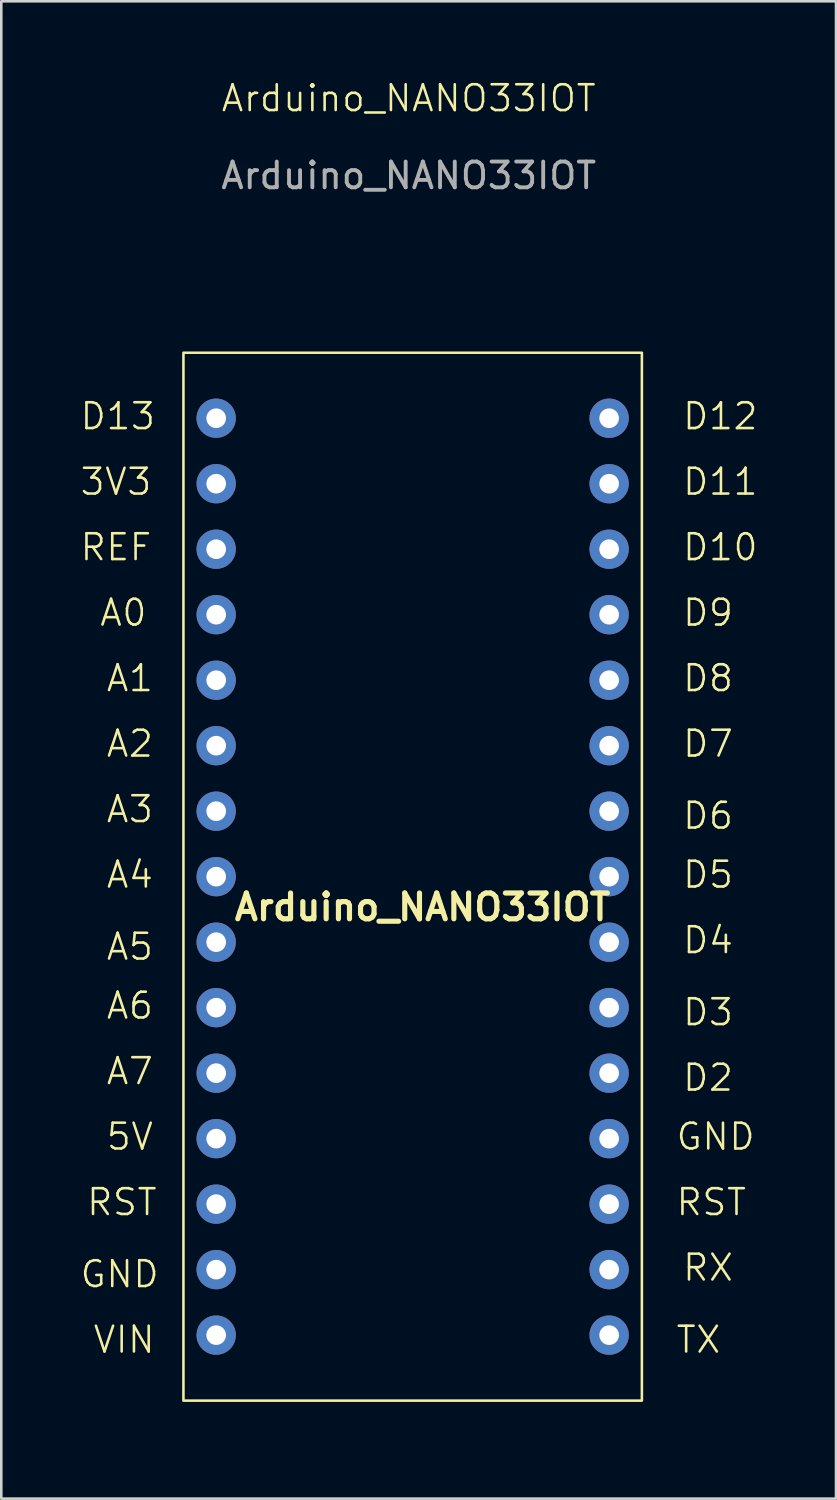
<source format=kicad_pcb>
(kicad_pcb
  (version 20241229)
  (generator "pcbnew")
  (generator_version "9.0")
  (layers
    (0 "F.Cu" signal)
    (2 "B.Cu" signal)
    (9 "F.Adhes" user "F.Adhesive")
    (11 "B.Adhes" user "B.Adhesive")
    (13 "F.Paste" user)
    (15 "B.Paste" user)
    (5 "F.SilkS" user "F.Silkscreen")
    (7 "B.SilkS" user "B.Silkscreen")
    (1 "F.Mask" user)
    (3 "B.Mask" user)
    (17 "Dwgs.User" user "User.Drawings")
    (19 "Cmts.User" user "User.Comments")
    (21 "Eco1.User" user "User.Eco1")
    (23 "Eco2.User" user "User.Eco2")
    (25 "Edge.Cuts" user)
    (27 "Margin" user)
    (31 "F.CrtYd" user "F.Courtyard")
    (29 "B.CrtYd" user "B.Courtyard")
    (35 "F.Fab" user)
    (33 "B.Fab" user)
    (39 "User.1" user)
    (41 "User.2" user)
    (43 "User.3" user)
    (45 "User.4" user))
  (footprint "Arduino_NANO33IOT"
    (layer "F.Cu")
    (at 12.802 28.398)
    (property "Reference" "Arduino_NANO33IOT" (at 0 -27.638 0) (unlocked yes) (layer "F.SilkS") (effects (font (size 1 1) (thickness 0.1))))
    (attr through_hole)
    (fp_rect (start -8.738 -17.768) (end 9.042 22.872) (stroke (width 0.1) (type default)) (fill no) (layer "F.SilkS"))
    (fp_rect (start -9.348 -18.378) (end 9.652 23.622) (stroke (width 0.1) (type default)) (fill no) (layer "Margin"))
    (fp_text user "D3" (at 10.566 8.394 0) (unlocked yes) (layer "F.SilkS") (effects (font (size 1 1) (thickness 0.1)) (justify left bottom)))
    (fp_text user "A3" (at -11.786 0.52 0) (unlocked yes) (layer "F.SilkS") (effects (font (size 1 1) (thickness 0.1)) (justify left bottom)))
    (fp_text user "A7" (at -11.786 10.68 0) (unlocked yes) (layer "F.SilkS") (effects (font (size 1 1) (thickness 0.1)) (justify left bottom)))
    (fp_text user "A2" (at -11.786 -2.02 0) (unlocked yes) (layer "F.SilkS") (effects (font (size 1 1) (thickness 0.1)) (justify left bottom)))
    (fp_text user "D9" (at 10.566 -7.1 0) (unlocked yes) (layer "F.SilkS") (effects (font (size 1 1) (thickness 0.1)) (justify left bottom)))
    (fp_text user "GND" (at 10.312 13.22 0) (unlocked yes) (layer "F.SilkS") (effects (font (size 1 1) (thickness 0.1)) (justify left bottom)))
    (fp_text user "VIN" (at -12.294 21.094 0) (unlocked yes) (layer "F.SilkS") (effects (font (size 1 1) (thickness 0.1)) (justify left bottom)))
    (fp_text user "D11" (at 10.566 -12.18 0) (unlocked yes) (layer "F.SilkS") (effects (font (size 1 1) (thickness 0.1)) (justify left bottom)))
    (fp_text user "RST" (at -12.548 15.76 0) (unlocked yes) (layer "F.SilkS") (effects (font (size 1 1) (thickness 0.1)) (justify left bottom)))
    (fp_text user "3V3" (at -12.802 -12.18 0) (unlocked yes) (layer "F.SilkS") (effects (font (size 1 1) (thickness 0.1)) (justify left bottom)))
    (fp_text user "D2" (at 10.566 10.934 0) (unlocked yes) (layer "F.SilkS") (effects (font (size 1 1) (thickness 0.1)) (justify left bottom)))
    (fp_text user "A5" (at -11.786 5.854 0) (unlocked yes) (layer "F.SilkS") (effects (font (size 1 1) (thickness 0.1)) (justify left bottom)))
    (fp_text user "A4" (at -11.786 3.06 0) (unlocked yes) (layer "F.SilkS") (effects (font (size 1 1) (thickness 0.1)) (justify left bottom)))
    (fp_text user "A0" (at -12.04 -7.1 0) (unlocked yes) (layer "F.SilkS") (effects (font (size 1 1) (thickness 0.1)) (justify left bottom)))
    (fp_text user "D12" (at 10.566 -14.72 0) (unlocked yes) (layer "F.SilkS") (effects (font (size 1 1) (thickness 0.1)) (justify left bottom)))
    (fp_text user "D4" (at 10.566 5.6 0) (unlocked yes) (layer "F.SilkS") (effects (font (size 1 1) (thickness 0.1)) (justify left bottom)))
    (fp_text user "D6" (at 10.566 0.774 0) (unlocked yes) (layer "F.SilkS") (effects (font (size 1 1) (thickness 0.1)) (justify left bottom)))
    (fp_text user "RX" (at 10.566 18.3 0) (unlocked yes) (layer "F.SilkS") (effects (font (size 1 1) (thickness 0.1)) (justify left bottom)))
    (fp_text user "D13" (at -12.802 -14.72 0) (unlocked yes) (layer "F.SilkS") (effects (font (size 1 1) (thickness 0.1)) (justify left bottom)))
    (fp_text user "GND" (at -12.802 18.554 0) (unlocked yes) (layer "F.SilkS") (effects (font (size 1 1) (thickness 0.1)) (justify left bottom)))
    (fp_text user "RST" (at 10.312 15.76 0) (unlocked yes) (layer "F.SilkS") (effects (font (size 1 1) (thickness 0.1)) (justify left bottom)))
    (fp_text user "REF" (at -12.802 -9.64 0) (unlocked yes) (layer "F.SilkS") (effects (font (size 1 1) (thickness 0.1)) (justify left bottom)))
    (fp_text user "A6" (at -11.786 8.14 0) (unlocked yes) (layer "F.SilkS") (effects (font (size 1 1) (thickness 0.1)) (justify left bottom)))
    (fp_text user "Arduino_NANO33IOT" (at -6.858 4.318 0) (unlocked yes) (layer "F.SilkS") (effects (font (size 1 1) (thickness 0.2) (bold yes)) (justify left bottom)))
    (fp_text user "5V" (at -11.786 13.22 0) (unlocked yes) (layer "F.SilkS") (effects (font (size 1 1) (thickness 0.1)) (justify left bottom)))
    (fp_text user "A1" (at -11.786 -4.56 0) (unlocked yes) (layer "F.SilkS") (effects (font (size 1 1) (thickness 0.1)) (justify left bottom)))
    (fp_text user "D8" (at 10.566 -4.56 0) (unlocked yes) (layer "F.SilkS") (effects (font (size 1 1) (thickness 0.1)) (justify left bottom)))
    (fp_text user "TX" (at 10.312 21.094 0) (unlocked yes) (layer "F.SilkS") (effects (font (size 1 1) (thickness 0.1)) (justify left bottom)))
    (fp_text user "D7" (at 10.566 -2.02 0) (unlocked yes) (layer "F.SilkS") (effects (font (size 1 1) (thickness 0.1)) (justify left bottom)))
    (fp_text user "D5" (at 10.566 3.06 0) (unlocked yes) (layer "F.SilkS") (effects (font (size 1 1) (thickness 0.1)) (justify left bottom)))
    (fp_text user "D10" (at 10.566 -9.64 0) (unlocked yes) (layer "F.SilkS") (effects (font (size 1 1) (thickness 0.1)) (justify left bottom)))
    (fp_text user "${REFERENCE}" (at 0 -24.638 0) (unlocked yes) (layer "F.Fab") (effects (font (size 1 1) (thickness 0.15))))
    (pad "1" thru_hole circle (at -7.468 -15.228) (size 1.524 1.524) (drill 0.762) (layers "*.Cu" "*.Mask"))
    (pad "2" thru_hole circle (at -7.468 -12.688) (size 1.524 1.524) (drill 0.762) (layers "*.Cu" "*.Mask"))
    (pad "3" thru_hole circle (at -7.468 -10.148) (size 1.524 1.524) (drill 0.762) (layers "*.Cu" "*.Mask"))
    (pad "4" thru_hole circle (at -7.468 -7.608) (size 1.524 1.524) (drill 0.762) (layers "*.Cu" "*.Mask"))
    (pad "5" thru_hole circle (at -7.468 -5.068) (size 1.524 1.524) (drill 0.762) (layers "*.Cu" "*.Mask"))
    (pad "6" thru_hole circle (at -7.468 -2.528) (size 1.524 1.524) (drill 0.762) (layers "*.Cu" "*.Mask"))
    (pad "7" thru_hole circle (at -7.468 0.012) (size 1.524 1.524) (drill 0.762) (layers "*.Cu" "*.Mask"))
    (pad "8" thru_hole circle (at -7.468 2.552) (size 1.524 1.524) (drill 0.762) (layers "*.Cu" "*.Mask"))
    (pad "9" thru_hole circle (at -7.468 5.092) (size 1.524 1.524) (drill 0.762) (layers "*.Cu" "*.Mask"))
    (pad "10" thru_hole circle (at -7.468 7.632) (size 1.524 1.524) (drill 0.762) (layers "*.Cu" "*.Mask"))
    (pad "11" thru_hole circle (at -7.468 10.172) (size 1.524 1.524) (drill 0.762) (layers "*.Cu" "*.Mask"))
    (pad "12" thru_hole circle (at -7.468 12.712) (size 1.524 1.524) (drill 0.762) (layers "*.Cu" "*.Mask"))
    (pad "13" thru_hole circle (at -7.468 15.252) (size 1.524 1.524) (drill 0.762) (layers "*.Cu" "*.Mask"))
    (pad "14" thru_hole circle (at -7.468 17.792) (size 1.524 1.524) (drill 0.762) (layers "*.Cu" "*.Mask"))
    (pad "15" thru_hole circle (at -7.468 20.332) (size 1.524 1.524) (drill 0.762) (layers "*.Cu" "*.Mask"))
    (pad "16" thru_hole circle (at 7.772 20.332) (size 1.524 1.524) (drill 0.762) (layers "*.Cu" "*.Mask"))
    (pad "17" thru_hole circle (at 7.772 17.792) (size 1.524 1.524) (drill 0.762) (layers "*.Cu" "*.Mask"))
    (pad "18" thru_hole circle (at 7.772 15.252) (size 1.524 1.524) (drill 0.762) (layers "*.Cu" "*.Mask"))
    (pad "19" thru_hole circle (at 7.772 12.712) (size 1.524 1.524) (drill 0.762) (layers "*.Cu" "*.Mask"))
    (pad "20" thru_hole circle (at 7.772 10.172) (size 1.524 1.524) (drill 0.762) (layers "*.Cu" "*.Mask"))
    (pad "21" thru_hole circle (at 7.772 7.632) (size 1.524 1.524) (drill 0.762) (layers "*.Cu" "*.Mask"))
    (pad "22" thru_hole circle (at 7.772 5.092) (size 1.524 1.524) (drill 0.762) (layers "*.Cu" "*.Mask"))
    (pad "23" thru_hole circle (at 7.772 2.552) (size 1.524 1.524) (drill 0.762) (layers "*.Cu" "*.Mask"))
    (pad "24" thru_hole circle (at 7.772 0.012) (size 1.524 1.524) (drill 0.762) (layers "*.Cu" "*.Mask"))
    (pad "25" thru_hole circle (at 7.772 -2.528) (size 1.524 1.524) (drill 0.762) (layers "*.Cu" "*.Mask"))
    (pad "26" thru_hole circle (at 7.772 -5.068) (size 1.524 1.524) (drill 0.762) (layers "*.Cu" "*.Mask"))
    (pad "27" thru_hole circle (at 7.772 -7.608) (size 1.524 1.524) (drill 0.762) (layers "*.Cu" "*.Mask"))
    (pad "28" thru_hole circle (at 7.772 -10.148) (size 1.524 1.524) (drill 0.762) (layers "*.Cu" "*.Mask"))
    (pad "29" thru_hole circle (at 7.772 -12.688) (size 1.524 1.524) (drill 0.762) (layers "*.Cu" "*.Mask"))
    (pad "30" thru_hole circle (at 7.772 -15.228) (size 1.524 1.524) (drill 0.762) (layers "*.Cu" "*.Mask")))
  (gr_rect
    (start -3 -3)
    (end 29.373 55.071)
    (stroke (width 0.1) (type default))
    (fill no)
    (layer "Edge.Cuts")))
</source>
